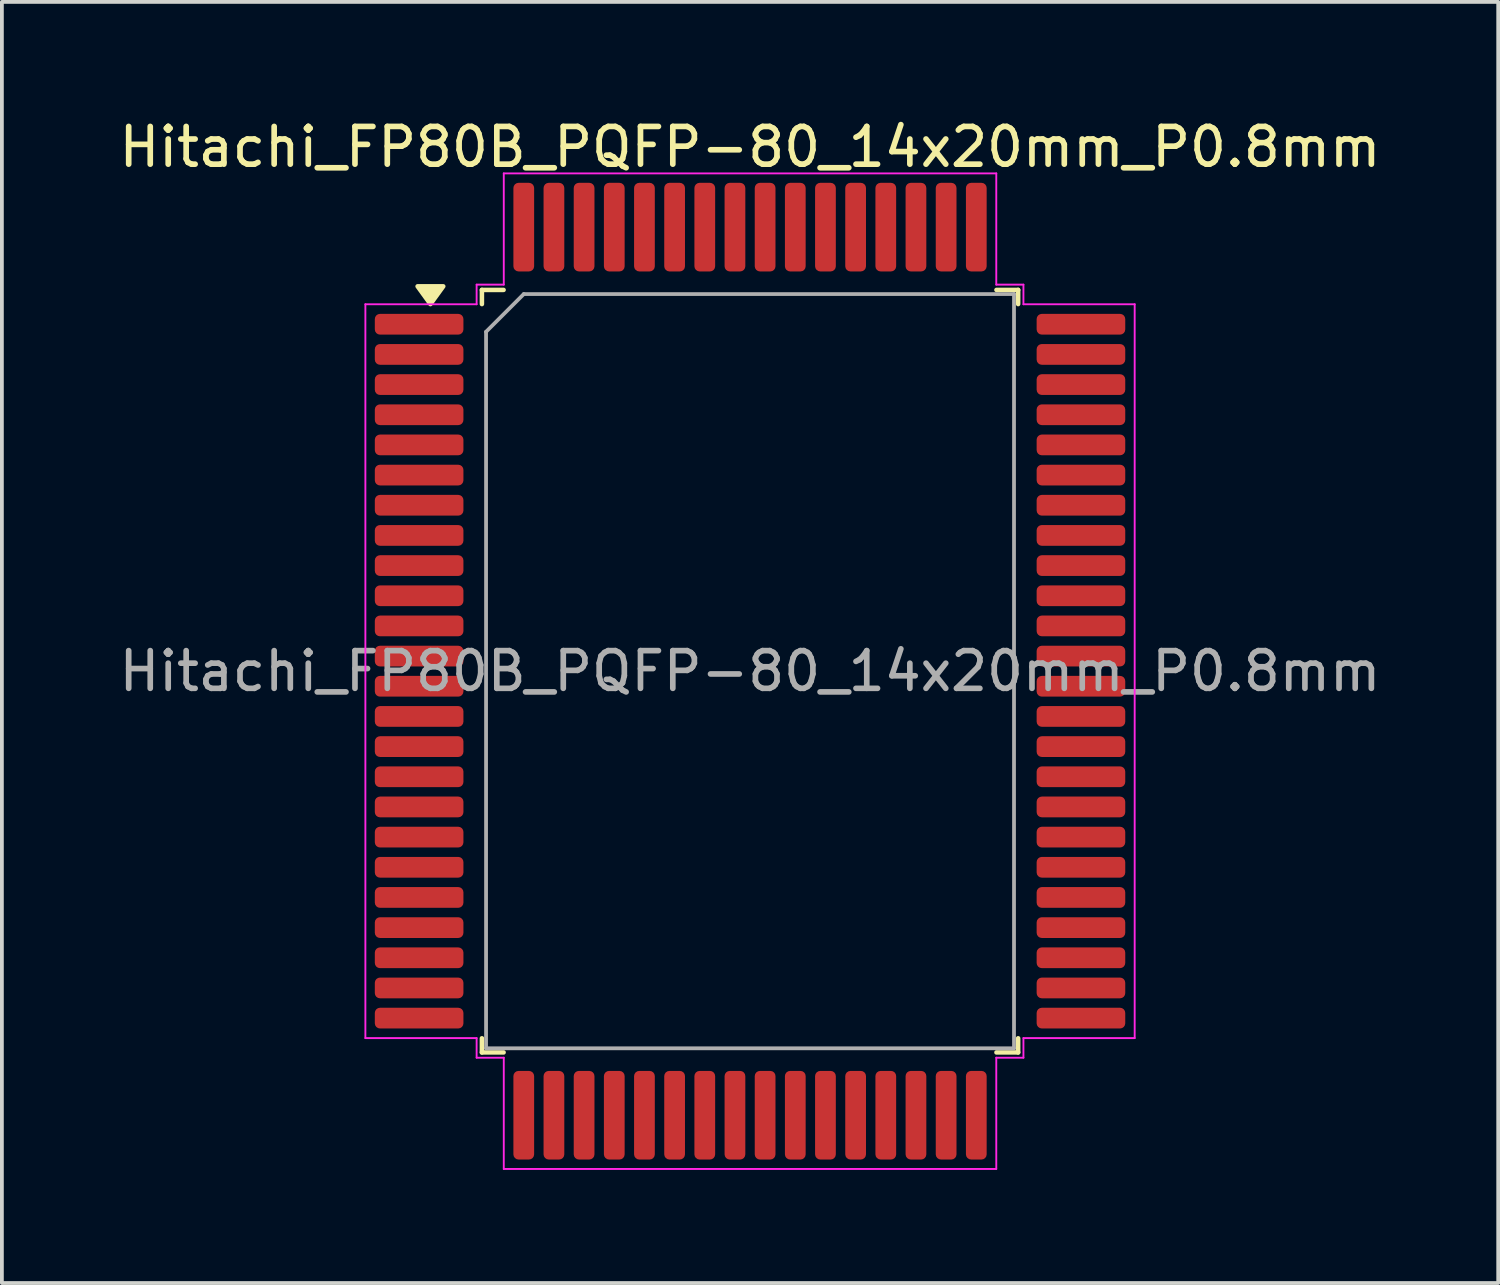
<source format=kicad_pcb>
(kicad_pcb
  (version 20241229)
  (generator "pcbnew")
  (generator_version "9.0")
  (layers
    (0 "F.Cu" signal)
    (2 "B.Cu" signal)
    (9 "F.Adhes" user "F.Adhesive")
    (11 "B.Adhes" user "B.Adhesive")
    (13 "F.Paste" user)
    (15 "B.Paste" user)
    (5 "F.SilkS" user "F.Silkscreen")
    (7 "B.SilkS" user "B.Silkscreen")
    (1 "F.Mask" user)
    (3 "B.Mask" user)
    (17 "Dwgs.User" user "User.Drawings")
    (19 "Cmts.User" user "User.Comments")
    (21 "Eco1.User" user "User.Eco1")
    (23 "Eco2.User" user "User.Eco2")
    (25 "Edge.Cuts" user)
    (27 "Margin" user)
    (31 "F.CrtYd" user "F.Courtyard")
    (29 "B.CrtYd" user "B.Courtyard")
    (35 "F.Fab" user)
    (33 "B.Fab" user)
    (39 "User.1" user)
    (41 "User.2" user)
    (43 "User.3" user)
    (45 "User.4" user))
  (footprint "Hitachi_FP80B_PQFP-80_14x20mm_P0.8mm"
    (layer "F.Cu")
    (at 16.839 14.748)
    (property "Reference" "Hitachi_FP80B_PQFP-80_14x20mm_P0.8mm" (at 0 -13.9 0) (layer "F.SilkS") (effects (font (size 1 1) (thickness 0.15))))
    (attr smd)
    (fp_line (start -7.11 -10.11) (end -7.11 -9.735) (stroke (width 0.12) (type solid)) (layer "F.SilkS"))
    (fp_line (start -7.11 10.11) (end -7.11 9.735) (stroke (width 0.12) (type solid)) (layer "F.SilkS"))
    (fp_line (start -6.535 -10.11) (end -7.11 -10.11) (stroke (width 0.12) (type solid)) (layer "F.SilkS"))
    (fp_line (start -6.535 10.11) (end -7.11 10.11) (stroke (width 0.12) (type solid)) (layer "F.SilkS"))
    (fp_line (start 6.535 -10.11) (end 7.11 -10.11) (stroke (width 0.12) (type solid)) (layer "F.SilkS"))
    (fp_line (start 6.535 10.11) (end 7.11 10.11) (stroke (width 0.12) (type solid)) (layer "F.SilkS"))
    (fp_line (start 7.11 -10.11) (end 7.11 -9.735) (stroke (width 0.12) (type solid)) (layer "F.SilkS"))
    (fp_line (start 7.11 10.11) (end 7.11 9.735) (stroke (width 0.12) (type solid)) (layer "F.SilkS"))
    (fp_poly (pts (xy -8.475 -9.735) (xy -8.815 -10.205) (xy -8.135 -10.205)) (stroke (width 0.12) (type solid)) (fill yes) (layer "F.SilkS"))
    (fp_line (start -10.2 -9.73) (end -7.25 -9.73) (stroke (width 0.05) (type solid)) (layer "F.CrtYd"))
    (fp_line (start -10.2 9.73) (end -10.2 -9.73) (stroke (width 0.05) (type solid)) (layer "F.CrtYd"))
    (fp_line (start -7.25 -10.25) (end -6.53 -10.25) (stroke (width 0.05) (type solid)) (layer "F.CrtYd"))
    (fp_line (start -7.25 -9.73) (end -7.25 -10.25) (stroke (width 0.05) (type solid)) (layer "F.CrtYd"))
    (fp_line (start -7.25 9.73) (end -10.2 9.73) (stroke (width 0.05) (type solid)) (layer "F.CrtYd"))
    (fp_line (start -7.25 10.25) (end -7.25 9.73) (stroke (width 0.05) (type solid)) (layer "F.CrtYd"))
    (fp_line (start -6.53 -13.2) (end 6.53 -13.2) (stroke (width 0.05) (type solid)) (layer "F.CrtYd"))
    (fp_line (start -6.53 -10.25) (end -6.53 -13.2) (stroke (width 0.05) (type solid)) (layer "F.CrtYd"))
    (fp_line (start -6.53 10.25) (end -7.25 10.25) (stroke (width 0.05) (type solid)) (layer "F.CrtYd"))
    (fp_line (start -6.53 13.2) (end -6.53 10.25) (stroke (width 0.05) (type solid)) (layer "F.CrtYd"))
    (fp_line (start 6.53 -13.2) (end 6.53 -10.25) (stroke (width 0.05) (type solid)) (layer "F.CrtYd"))
    (fp_line (start 6.53 -10.25) (end 7.25 -10.25) (stroke (width 0.05) (type solid)) (layer "F.CrtYd"))
    (fp_line (start 6.53 10.25) (end 6.53 13.2) (stroke (width 0.05) (type solid)) (layer "F.CrtYd"))
    (fp_line (start 6.53 13.2) (end -6.53 13.2) (stroke (width 0.05) (type solid)) (layer "F.CrtYd"))
    (fp_line (start 7.25 -10.25) (end 7.25 -9.73) (stroke (width 0.05) (type solid)) (layer "F.CrtYd"))
    (fp_line (start 7.25 -9.73) (end 10.2 -9.73) (stroke (width 0.05) (type solid)) (layer "F.CrtYd"))
    (fp_line (start 7.25 9.73) (end 7.25 10.25) (stroke (width 0.05) (type solid)) (layer "F.CrtYd"))
    (fp_line (start 7.25 10.25) (end 6.53 10.25) (stroke (width 0.05) (type solid)) (layer "F.CrtYd"))
    (fp_line (start 10.2 -9.73) (end 10.2 9.73) (stroke (width 0.05) (type solid)) (layer "F.CrtYd"))
    (fp_line (start 10.2 9.73) (end 7.25 9.73) (stroke (width 0.05) (type solid)) (layer "F.CrtYd"))
    (fp_line (start -7 -9) (end -6 -10) (stroke (width 0.1) (type solid)) (layer "F.Fab"))
    (fp_line (start -7 10) (end -7 -9) (stroke (width 0.1) (type solid)) (layer "F.Fab"))
    (fp_line (start -6 -10) (end 7 -10) (stroke (width 0.1) (type solid)) (layer "F.Fab"))
    (fp_line (start 7 -10) (end 7 10) (stroke (width 0.1) (type solid)) (layer "F.Fab"))
    (fp_line (start 7 10) (end -7 10) (stroke (width 0.1) (type solid)) (layer "F.Fab"))
    (fp_text user "${REFERENCE}" (at 0 0 0) (layer "F.Fab") (effects (font (size 1 1) (thickness 0.15))))
    (pad "1" smd roundrect (at -8.775 -9.2) (size 2.35 0.55) (layers "F.Cu" "F.Mask" "F.Paste") (roundrect_rratio 0.25))
    (pad "2" smd roundrect (at -8.775 -8.4) (size 2.35 0.55) (layers "F.Cu" "F.Mask" "F.Paste") (roundrect_rratio 0.25))
    (pad "3" smd roundrect (at -8.775 -7.6) (size 2.35 0.55) (layers "F.Cu" "F.Mask" "F.Paste") (roundrect_rratio 0.25))
    (pad "4" smd roundrect (at -8.775 -6.8) (size 2.35 0.55) (layers "F.Cu" "F.Mask" "F.Paste") (roundrect_rratio 0.25))
    (pad "5" smd roundrect (at -8.775 -6) (size 2.35 0.55) (layers "F.Cu" "F.Mask" "F.Paste") (roundrect_rratio 0.25))
    (pad "6" smd roundrect (at -8.775 -5.2) (size 2.35 0.55) (layers "F.Cu" "F.Mask" "F.Paste") (roundrect_rratio 0.25))
    (pad "7" smd roundrect (at -8.775 -4.4) (size 2.35 0.55) (layers "F.Cu" "F.Mask" "F.Paste") (roundrect_rratio 0.25))
    (pad "8" smd roundrect (at -8.775 -3.6) (size 2.35 0.55) (layers "F.Cu" "F.Mask" "F.Paste") (roundrect_rratio 0.25))
    (pad "9" smd roundrect (at -8.775 -2.8) (size 2.35 0.55) (layers "F.Cu" "F.Mask" "F.Paste") (roundrect_rratio 0.25))
    (pad "10" smd roundrect (at -8.775 -2) (size 2.35 0.55) (layers "F.Cu" "F.Mask" "F.Paste") (roundrect_rratio 0.25))
    (pad "11" smd roundrect (at -8.775 -1.2) (size 2.35 0.55) (layers "F.Cu" "F.Mask" "F.Paste") (roundrect_rratio 0.25))
    (pad "12" smd roundrect (at -8.775 -0.4) (size 2.35 0.55) (layers "F.Cu" "F.Mask" "F.Paste") (roundrect_rratio 0.25))
    (pad "13" smd roundrect (at -8.775 0.4) (size 2.35 0.55) (layers "F.Cu" "F.Mask" "F.Paste") (roundrect_rratio 0.25))
    (pad "14" smd roundrect (at -8.775 1.2) (size 2.35 0.55) (layers "F.Cu" "F.Mask" "F.Paste") (roundrect_rratio 0.25))
    (pad "15" smd roundrect (at -8.775 2) (size 2.35 0.55) (layers "F.Cu" "F.Mask" "F.Paste") (roundrect_rratio 0.25))
    (pad "16" smd roundrect (at -8.775 2.8) (size 2.35 0.55) (layers "F.Cu" "F.Mask" "F.Paste") (roundrect_rratio 0.25))
    (pad "17" smd roundrect (at -8.775 3.6) (size 2.35 0.55) (layers "F.Cu" "F.Mask" "F.Paste") (roundrect_rratio 0.25))
    (pad "18" smd roundrect (at -8.775 4.4) (size 2.35 0.55) (layers "F.Cu" "F.Mask" "F.Paste") (roundrect_rratio 0.25))
    (pad "19" smd roundrect (at -8.775 5.2) (size 2.35 0.55) (layers "F.Cu" "F.Mask" "F.Paste") (roundrect_rratio 0.25))
    (pad "20" smd roundrect (at -8.775 6) (size 2.35 0.55) (layers "F.Cu" "F.Mask" "F.Paste") (roundrect_rratio 0.25))
    (pad "21" smd roundrect (at -8.775 6.8) (size 2.35 0.55) (layers "F.Cu" "F.Mask" "F.Paste") (roundrect_rratio 0.25))
    (pad "22" smd roundrect (at -8.775 7.6) (size 2.35 0.55) (layers "F.Cu" "F.Mask" "F.Paste") (roundrect_rratio 0.25))
    (pad "23" smd roundrect (at -8.775 8.4) (size 2.35 0.55) (layers "F.Cu" "F.Mask" "F.Paste") (roundrect_rratio 0.25))
    (pad "24" smd roundrect (at -8.775 9.2) (size 2.35 0.55) (layers "F.Cu" "F.Mask" "F.Paste") (roundrect_rratio 0.25))
    (pad "25" smd roundrect (at -6 11.775) (size 0.55 2.35) (layers "F.Cu" "F.Mask" "F.Paste") (roundrect_rratio 0.25))
    (pad "26" smd roundrect (at -5.2 11.775) (size 0.55 2.35) (layers "F.Cu" "F.Mask" "F.Paste") (roundrect_rratio 0.25))
    (pad "27" smd roundrect (at -4.4 11.775) (size 0.55 2.35) (layers "F.Cu" "F.Mask" "F.Paste") (roundrect_rratio 0.25))
    (pad "28" smd roundrect (at -3.6 11.775) (size 0.55 2.35) (layers "F.Cu" "F.Mask" "F.Paste") (roundrect_rratio 0.25))
    (pad "29" smd roundrect (at -2.8 11.775) (size 0.55 2.35) (layers "F.Cu" "F.Mask" "F.Paste") (roundrect_rratio 0.25))
    (pad "30" smd roundrect (at -2 11.775) (size 0.55 2.35) (layers "F.Cu" "F.Mask" "F.Paste") (roundrect_rratio 0.25))
    (pad "31" smd roundrect (at -1.2 11.775) (size 0.55 2.35) (layers "F.Cu" "F.Mask" "F.Paste") (roundrect_rratio 0.25))
    (pad "32" smd roundrect (at -0.4 11.775) (size 0.55 2.35) (layers "F.Cu" "F.Mask" "F.Paste") (roundrect_rratio 0.25))
    (pad "33" smd roundrect (at 0.4 11.775) (size 0.55 2.35) (layers "F.Cu" "F.Mask" "F.Paste") (roundrect_rratio 0.25))
    (pad "34" smd roundrect (at 1.2 11.775) (size 0.55 2.35) (layers "F.Cu" "F.Mask" "F.Paste") (roundrect_rratio 0.25))
    (pad "35" smd roundrect (at 2 11.775) (size 0.55 2.35) (layers "F.Cu" "F.Mask" "F.Paste") (roundrect_rratio 0.25))
    (pad "36" smd roundrect (at 2.8 11.775) (size 0.55 2.35) (layers "F.Cu" "F.Mask" "F.Paste") (roundrect_rratio 0.25))
    (pad "37" smd roundrect (at 3.6 11.775) (size 0.55 2.35) (layers "F.Cu" "F.Mask" "F.Paste") (roundrect_rratio 0.25))
    (pad "38" smd roundrect (at 4.4 11.775) (size 0.55 2.35) (layers "F.Cu" "F.Mask" "F.Paste") (roundrect_rratio 0.25))
    (pad "39" smd roundrect (at 5.2 11.775) (size 0.55 2.35) (layers "F.Cu" "F.Mask" "F.Paste") (roundrect_rratio 0.25))
    (pad "40" smd roundrect (at 6 11.775) (size 0.55 2.35) (layers "F.Cu" "F.Mask" "F.Paste") (roundrect_rratio 0.25))
    (pad "41" smd roundrect (at 8.775 9.2) (size 2.35 0.55) (layers "F.Cu" "F.Mask" "F.Paste") (roundrect_rratio 0.25))
    (pad "42" smd roundrect (at 8.775 8.4) (size 2.35 0.55) (layers "F.Cu" "F.Mask" "F.Paste") (roundrect_rratio 0.25))
    (pad "43" smd roundrect (at 8.775 7.6) (size 2.35 0.55) (layers "F.Cu" "F.Mask" "F.Paste") (roundrect_rratio 0.25))
    (pad "44" smd roundrect (at 8.775 6.8) (size 2.35 0.55) (layers "F.Cu" "F.Mask" "F.Paste") (roundrect_rratio 0.25))
    (pad "45" smd roundrect (at 8.775 6) (size 2.35 0.55) (layers "F.Cu" "F.Mask" "F.Paste") (roundrect_rratio 0.25))
    (pad "46" smd roundrect (at 8.775 5.2) (size 2.35 0.55) (layers "F.Cu" "F.Mask" "F.Paste") (roundrect_rratio 0.25))
    (pad "47" smd roundrect (at 8.775 4.4) (size 2.35 0.55) (layers "F.Cu" "F.Mask" "F.Paste") (roundrect_rratio 0.25))
    (pad "48" smd roundrect (at 8.775 3.6) (size 2.35 0.55) (layers "F.Cu" "F.Mask" "F.Paste") (roundrect_rratio 0.25))
    (pad "49" smd roundrect (at 8.775 2.8) (size 2.35 0.55) (layers "F.Cu" "F.Mask" "F.Paste") (roundrect_rratio 0.25))
    (pad "50" smd roundrect (at 8.775 2) (size 2.35 0.55) (layers "F.Cu" "F.Mask" "F.Paste") (roundrect_rratio 0.25))
    (pad "51" smd roundrect (at 8.775 1.2) (size 2.35 0.55) (layers "F.Cu" "F.Mask" "F.Paste") (roundrect_rratio 0.25))
    (pad "52" smd roundrect (at 8.775 0.4) (size 2.35 0.55) (layers "F.Cu" "F.Mask" "F.Paste") (roundrect_rratio 0.25))
    (pad "53" smd roundrect (at 8.775 -0.4) (size 2.35 0.55) (layers "F.Cu" "F.Mask" "F.Paste") (roundrect_rratio 0.25))
    (pad "54" smd roundrect (at 8.775 -1.2) (size 2.35 0.55) (layers "F.Cu" "F.Mask" "F.Paste") (roundrect_rratio 0.25))
    (pad "55" smd roundrect (at 8.775 -2) (size 2.35 0.55) (layers "F.Cu" "F.Mask" "F.Paste") (roundrect_rratio 0.25))
    (pad "56" smd roundrect (at 8.775 -2.8) (size 2.35 0.55) (layers "F.Cu" "F.Mask" "F.Paste") (roundrect_rratio 0.25))
    (pad "57" smd roundrect (at 8.775 -3.6) (size 2.35 0.55) (layers "F.Cu" "F.Mask" "F.Paste") (roundrect_rratio 0.25))
    (pad "58" smd roundrect (at 8.775 -4.4) (size 2.35 0.55) (layers "F.Cu" "F.Mask" "F.Paste") (roundrect_rratio 0.25))
    (pad "59" smd roundrect (at 8.775 -5.2) (size 2.35 0.55) (layers "F.Cu" "F.Mask" "F.Paste") (roundrect_rratio 0.25))
    (pad "60" smd roundrect (at 8.775 -6) (size 2.35 0.55) (layers "F.Cu" "F.Mask" "F.Paste") (roundrect_rratio 0.25))
    (pad "61" smd roundrect (at 8.775 -6.8) (size 2.35 0.55) (layers "F.Cu" "F.Mask" "F.Paste") (roundrect_rratio 0.25))
    (pad "62" smd roundrect (at 8.775 -7.6) (size 2.35 0.55) (layers "F.Cu" "F.Mask" "F.Paste") (roundrect_rratio 0.25))
    (pad "63" smd roundrect (at 8.775 -8.4) (size 2.35 0.55) (layers "F.Cu" "F.Mask" "F.Paste") (roundrect_rratio 0.25))
    (pad "64" smd roundrect (at 8.775 -9.2) (size 2.35 0.55) (layers "F.Cu" "F.Mask" "F.Paste") (roundrect_rratio 0.25))
    (pad "65" smd roundrect (at 6 -11.775) (size 0.55 2.35) (layers "F.Cu" "F.Mask" "F.Paste") (roundrect_rratio 0.25))
    (pad "66" smd roundrect (at 5.2 -11.775) (size 0.55 2.35) (layers "F.Cu" "F.Mask" "F.Paste") (roundrect_rratio 0.25))
    (pad "67" smd roundrect (at 4.4 -11.775) (size 0.55 2.35) (layers "F.Cu" "F.Mask" "F.Paste") (roundrect_rratio 0.25))
    (pad "68" smd roundrect (at 3.6 -11.775) (size 0.55 2.35) (layers "F.Cu" "F.Mask" "F.Paste") (roundrect_rratio 0.25))
    (pad "69" smd roundrect (at 2.8 -11.775) (size 0.55 2.35) (layers "F.Cu" "F.Mask" "F.Paste") (roundrect_rratio 0.25))
    (pad "70" smd roundrect (at 2 -11.775) (size 0.55 2.35) (layers "F.Cu" "F.Mask" "F.Paste") (roundrect_rratio 0.25))
    (pad "71" smd roundrect (at 1.2 -11.775) (size 0.55 2.35) (layers "F.Cu" "F.Mask" "F.Paste") (roundrect_rratio 0.25))
    (pad "72" smd roundrect (at 0.4 -11.775) (size 0.55 2.35) (layers "F.Cu" "F.Mask" "F.Paste") (roundrect_rratio 0.25))
    (pad "73" smd roundrect (at -0.4 -11.775) (size 0.55 2.35) (layers "F.Cu" "F.Mask" "F.Paste") (roundrect_rratio 0.25))
    (pad "74" smd roundrect (at -1.2 -11.775) (size 0.55 2.35) (layers "F.Cu" "F.Mask" "F.Paste") (roundrect_rratio 0.25))
    (pad "75" smd roundrect (at -2 -11.775) (size 0.55 2.35) (layers "F.Cu" "F.Mask" "F.Paste") (roundrect_rratio 0.25))
    (pad "76" smd roundrect (at -2.8 -11.775) (size 0.55 2.35) (layers "F.Cu" "F.Mask" "F.Paste") (roundrect_rratio 0.25))
    (pad "77" smd roundrect (at -3.6 -11.775) (size 0.55 2.35) (layers "F.Cu" "F.Mask" "F.Paste") (roundrect_rratio 0.25))
    (pad "78" smd roundrect (at -4.4 -11.775) (size 0.55 2.35) (layers "F.Cu" "F.Mask" "F.Paste") (roundrect_rratio 0.25))
    (pad "79" smd roundrect (at -5.2 -11.775) (size 0.55 2.35) (layers "F.Cu" "F.Mask" "F.Paste") (roundrect_rratio 0.25))
    (pad "80" smd roundrect (at -6 -11.775) (size 0.55 2.35) (layers "F.Cu" "F.Mask" "F.Paste") (roundrect_rratio 0.25)))
  (gr_rect
    (start -3 -3)
    (end 36.679 30.973)
    (stroke (width 0.1) (type default))
    (fill no)
    (layer "Edge.Cuts")))
</source>
